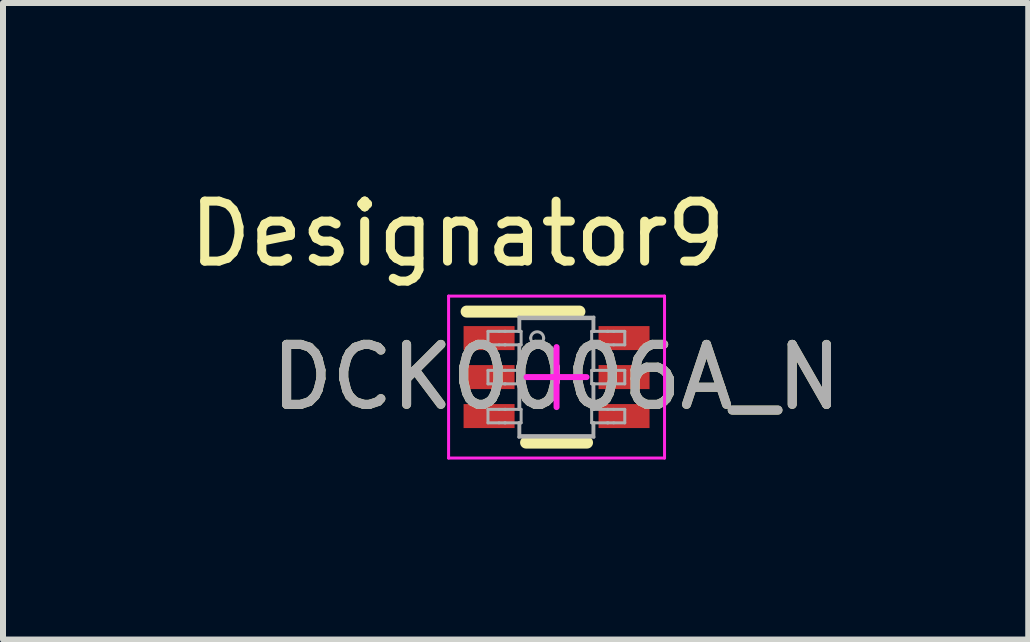
<source format=kicad_pcb>
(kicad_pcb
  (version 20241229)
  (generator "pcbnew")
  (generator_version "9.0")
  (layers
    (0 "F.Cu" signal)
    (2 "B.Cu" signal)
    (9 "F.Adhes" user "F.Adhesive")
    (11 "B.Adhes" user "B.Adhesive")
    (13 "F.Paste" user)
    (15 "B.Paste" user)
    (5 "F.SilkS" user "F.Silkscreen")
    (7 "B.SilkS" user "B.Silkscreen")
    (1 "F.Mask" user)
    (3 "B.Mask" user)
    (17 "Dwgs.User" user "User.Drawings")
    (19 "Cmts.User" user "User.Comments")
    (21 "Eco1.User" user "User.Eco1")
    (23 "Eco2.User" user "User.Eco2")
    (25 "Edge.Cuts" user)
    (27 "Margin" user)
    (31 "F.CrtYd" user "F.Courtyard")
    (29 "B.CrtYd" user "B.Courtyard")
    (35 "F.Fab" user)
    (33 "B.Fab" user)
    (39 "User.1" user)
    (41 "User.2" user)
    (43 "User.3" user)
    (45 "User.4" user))
  (footprint "DCK0006A_N"
    (layer "F.Cu")
    (at 6.228 3.236)
    (property "Reference" "DCK0006A_N" (at 0 0 0) (unlocked yes) (layer "F.SilkS") (effects (font (size 1 1) (thickness 0.15))))
    (attr smd)
    (fp_line (start -1.499 -1.092) (end 0.381 -1.092) (stroke (width 0.2) (type solid)) (layer "F.SilkS"))
    (fp_line (start -0.508 1.092) (end 0.508 1.092) (stroke (width 0.2) (type solid)) (layer "F.SilkS"))
    (fp_line (start -1.8 -1.35) (end 1.8 -1.35) (stroke (width 0.05) (type solid)) (layer "F.CrtYd"))
    (fp_line (start -1.8 1.35) (end -1.8 -1.35) (stroke (width 0.05) (type solid)) (layer "F.CrtYd"))
    (fp_line (start -1.8 1.35) (end 1.8 1.35) (stroke (width 0.05) (type solid)) (layer "F.CrtYd"))
    (fp_line (start -0.5 0) (end 0.5 0) (stroke (width 0.1) (type solid)) (layer "F.CrtYd"))
    (fp_line (start -0.000003 0.5) (end -0.000003 -0.5) (stroke (width 0.1) (type solid)) (layer "F.CrtYd"))
    (fp_line (start 1.8 1.35) (end 1.8 -1.35) (stroke (width 0.05) (type solid)) (layer "F.CrtYd"))
    (fp_line (start -1.143 -0.762) (end -0.959 -0.762) (stroke (width 0.05) (type solid)) (layer "F.Fab"))
    (fp_line (start -1.143 -0.537) (end -1.143 -0.762) (stroke (width 0.05) (type solid)) (layer "F.Fab"))
    (fp_line (start -1.143 -0.537) (end -0.959 -0.537) (stroke (width 0.05) (type solid)) (layer "F.Fab"))
    (fp_line (start -1.143 -0.112) (end -0.959 -0.112) (stroke (width 0.05) (type solid)) (layer "F.Fab"))
    (fp_line (start -1.143 0.113) (end -1.143 -0.112) (stroke (width 0.05) (type solid)) (layer "F.Fab"))
    (fp_line (start -1.143 0.113) (end -0.959 0.113) (stroke (width 0.05) (type solid)) (layer "F.Fab"))
    (fp_line (start -1.143 0.538) (end -0.959 0.538) (stroke (width 0.05) (type solid)) (layer "F.Fab"))
    (fp_line (start -1.143 0.763) (end -1.143 0.538) (stroke (width 0.05) (type solid)) (layer "F.Fab"))
    (fp_line (start -1.143 0.763) (end -0.959 0.763) (stroke (width 0.05) (type solid)) (layer "F.Fab"))
    (fp_line (start -0.959 -0.762) (end -0.865 -0.762) (stroke (width 0.05) (type solid)) (layer "F.Fab"))
    (fp_line (start -0.959 -0.537) (end -0.865 -0.537) (stroke (width 0.05) (type solid)) (layer "F.Fab"))
    (fp_line (start -0.959 -0.112) (end -0.865 -0.112) (stroke (width 0.05) (type solid)) (layer "F.Fab"))
    (fp_line (start -0.959 0.113) (end -0.865 0.113) (stroke (width 0.05) (type solid)) (layer "F.Fab"))
    (fp_line (start -0.959 0.538) (end -0.865 0.538) (stroke (width 0.05) (type solid)) (layer "F.Fab"))
    (fp_line (start -0.959 0.763) (end -0.865 0.763) (stroke (width 0.05) (type solid)) (layer "F.Fab"))
    (fp_line (start -0.865 -0.762) (end -0.853 -0.762) (stroke (width 0.05) (type solid)) (layer "F.Fab"))
    (fp_line (start -0.865 -0.537) (end -0.853 -0.537) (stroke (width 0.05) (type solid)) (layer "F.Fab"))
    (fp_line (start -0.865 -0.112) (end -0.853 -0.112) (stroke (width 0.05) (type solid)) (layer "F.Fab"))
    (fp_line (start -0.865 0.113) (end -0.853 0.113) (stroke (width 0.05) (type solid)) (layer "F.Fab"))
    (fp_line (start -0.865 0.538) (end -0.853 0.538) (stroke (width 0.05) (type solid)) (layer "F.Fab"))
    (fp_line (start -0.865 0.763) (end -0.853 0.763) (stroke (width 0.05) (type solid)) (layer "F.Fab"))
    (fp_line (start -0.853 -0.762) (end -0.628 -0.762) (stroke (width 0.05) (type solid)) (layer "F.Fab"))
    (fp_line (start -0.853 -0.537) (end -0.628 -0.537) (stroke (width 0.05) (type solid)) (layer "F.Fab"))
    (fp_line (start -0.853 -0.112) (end -0.628 -0.112) (stroke (width 0.05) (type solid)) (layer "F.Fab"))
    (fp_line (start -0.853 0.113) (end -0.628 0.113) (stroke (width 0.05) (type solid)) (layer "F.Fab"))
    (fp_line (start -0.853 0.538) (end -0.628 0.538) (stroke (width 0.05) (type solid)) (layer "F.Fab"))
    (fp_line (start -0.853 0.763) (end -0.628 0.763) (stroke (width 0.05) (type solid)) (layer "F.Fab"))
    (fp_line (start -0.628 -0.999) (end 0.622 -0.999) (stroke (width 0.05) (type solid)) (layer "F.Fab"))
    (fp_line (start -0.628 -0.762) (end -0.628 -0.999) (stroke (width 0.05) (type solid)) (layer "F.Fab"))
    (fp_line (start -0.628 -0.762) (end -0.591 -0.762) (stroke (width 0.05) (type solid)) (layer "F.Fab"))
    (fp_line (start -0.628 -0.537) (end -0.591 -0.537) (stroke (width 0.05) (type solid)) (layer "F.Fab"))
    (fp_line (start -0.628 -0.112) (end -0.628 -0.537) (stroke (width 0.05) (type solid)) (layer "F.Fab"))
    (fp_line (start -0.628 -0.112) (end -0.591 -0.112) (stroke (width 0.05) (type solid)) (layer "F.Fab"))
    (fp_line (start -0.628 0.113) (end -0.591 0.113) (stroke (width 0.05) (type solid)) (layer "F.Fab"))
    (fp_line (start -0.628 0.538) (end -0.628 0.113) (stroke (width 0.05) (type solid)) (layer "F.Fab"))
    (fp_line (start -0.628 0.538) (end -0.591 0.538) (stroke (width 0.05) (type solid)) (layer "F.Fab"))
    (fp_line (start -0.628 0.763) (end -0.591 0.763) (stroke (width 0.05) (type solid)) (layer "F.Fab"))
    (fp_line (start -0.628 1.001) (end -0.628 0.763) (stroke (width 0.05) (type solid)) (layer "F.Fab"))
    (fp_line (start -0.628 1.001) (end 0.622 1.001) (stroke (width 0.05) (type solid)) (layer "F.Fab"))
    (fp_line (start -0.613 -0.974) (end 0.607 -0.974) (stroke (width 0.05) (type solid)) (layer "F.Fab"))
    (fp_line (start -0.613 -0.762) (end -0.613 -0.974) (stroke (width 0.05) (type solid)) (layer "F.Fab"))
    (fp_line (start -0.613 -0.112) (end -0.613 -0.537) (stroke (width 0.05) (type solid)) (layer "F.Fab"))
    (fp_line (start -0.613 0.538) (end -0.613 0.113) (stroke (width 0.05) (type solid)) (layer "F.Fab"))
    (fp_line (start -0.613 0.976) (end -0.613 0.763) (stroke (width 0.05) (type solid)) (layer "F.Fab"))
    (fp_line (start -0.613 0.976) (end 0.607 0.976) (stroke (width 0.05) (type solid)) (layer "F.Fab"))
    (fp_line (start -0.591 -0.537) (end -0.591 -0.762) (stroke (width 0.05) (type solid)) (layer "F.Fab"))
    (fp_line (start -0.591 0.113) (end -0.591 -0.112) (stroke (width 0.05) (type solid)) (layer "F.Fab"))
    (fp_line (start -0.591 0.763) (end -0.591 0.538) (stroke (width 0.05) (type solid)) (layer "F.Fab"))
    (fp_line (start 0.585 -0.762) (end 0.622 -0.762) (stroke (width 0.05) (type solid)) (layer "F.Fab"))
    (fp_line (start 0.585 -0.537) (end 0.585 -0.762) (stroke (width 0.05) (type solid)) (layer "F.Fab"))
    (fp_line (start 0.585 -0.537) (end 0.622 -0.537) (stroke (width 0.05) (type solid)) (layer "F.Fab"))
    (fp_line (start 0.585 -0.112) (end 0.622 -0.112) (stroke (width 0.05) (type solid)) (layer "F.Fab"))
    (fp_line (start 0.585 0.113) (end 0.585 -0.112) (stroke (width 0.05) (type solid)) (layer "F.Fab"))
    (fp_line (start 0.585 0.113) (end 0.622 0.113) (stroke (width 0.05) (type solid)) (layer "F.Fab"))
    (fp_line (start 0.585 0.538) (end 0.622 0.538) (stroke (width 0.05) (type solid)) (layer "F.Fab"))
    (fp_line (start 0.585 0.763) (end 0.585 0.538) (stroke (width 0.05) (type solid)) (layer "F.Fab"))
    (fp_line (start 0.585 0.763) (end 0.622 0.763) (stroke (width 0.05) (type solid)) (layer "F.Fab"))
    (fp_line (start 0.607 -0.762) (end 0.607 -0.974) (stroke (width 0.05) (type solid)) (layer "F.Fab"))
    (fp_line (start 0.607 -0.112) (end 0.607 -0.537) (stroke (width 0.05) (type solid)) (layer "F.Fab"))
    (fp_line (start 0.607 0.538) (end 0.607 0.113) (stroke (width 0.05) (type solid)) (layer "F.Fab"))
    (fp_line (start 0.607 0.976) (end 0.607 0.763) (stroke (width 0.05) (type solid)) (layer "F.Fab"))
    (fp_line (start 0.622 -0.762) (end 0.622 -0.999) (stroke (width 0.05) (type solid)) (layer "F.Fab"))
    (fp_line (start 0.622 -0.762) (end 0.847 -0.762) (stroke (width 0.05) (type solid)) (layer "F.Fab"))
    (fp_line (start 0.622 -0.537) (end 0.847 -0.537) (stroke (width 0.05) (type solid)) (layer "F.Fab"))
    (fp_line (start 0.622 -0.112) (end 0.622 -0.537) (stroke (width 0.05) (type solid)) (layer "F.Fab"))
    (fp_line (start 0.622 -0.112) (end 0.847 -0.112) (stroke (width 0.05) (type solid)) (layer "F.Fab"))
    (fp_line (start 0.622 0.113) (end 0.847 0.113) (stroke (width 0.05) (type solid)) (layer "F.Fab"))
    (fp_line (start 0.622 0.538) (end 0.622 0.113) (stroke (width 0.05) (type solid)) (layer "F.Fab"))
    (fp_line (start 0.622 0.538) (end 0.847 0.538) (stroke (width 0.05) (type solid)) (layer "F.Fab"))
    (fp_line (start 0.622 0.763) (end 0.847 0.763) (stroke (width 0.05) (type solid)) (layer "F.Fab"))
    (fp_line (start 0.622 1.001) (end 0.622 0.763) (stroke (width 0.05) (type solid)) (layer "F.Fab"))
    (fp_line (start 0.847 -0.762) (end 0.859 -0.762) (stroke (width 0.05) (type solid)) (layer "F.Fab"))
    (fp_line (start 0.847 -0.537) (end 0.859 -0.537) (stroke (width 0.05) (type solid)) (layer "F.Fab"))
    (fp_line (start 0.847 -0.112) (end 0.859 -0.112) (stroke (width 0.05) (type solid)) (layer "F.Fab"))
    (fp_line (start 0.847 0.113) (end 0.859 0.113) (stroke (width 0.05) (type solid)) (layer "F.Fab"))
    (fp_line (start 0.847 0.538) (end 0.859 0.538) (stroke (width 0.05) (type solid)) (layer "F.Fab"))
    (fp_line (start 0.847 0.763) (end 0.859 0.763) (stroke (width 0.05) (type solid)) (layer "F.Fab"))
    (fp_line (start 0.859 -0.762) (end 0.953 -0.762) (stroke (width 0.05) (type solid)) (layer "F.Fab"))
    (fp_line (start 0.859 -0.537) (end 0.953 -0.537) (stroke (width 0.05) (type solid)) (layer "F.Fab"))
    (fp_line (start 0.859 -0.112) (end 0.953 -0.112) (stroke (width 0.05) (type solid)) (layer "F.Fab"))
    (fp_line (start 0.859 0.113) (end 0.953 0.113) (stroke (width 0.05) (type solid)) (layer "F.Fab"))
    (fp_line (start 0.859 0.538) (end 0.953 0.538) (stroke (width 0.05) (type solid)) (layer "F.Fab"))
    (fp_line (start 0.859 0.763) (end 0.953 0.763) (stroke (width 0.05) (type solid)) (layer "F.Fab"))
    (fp_line (start 0.953 -0.762) (end 1.137 -0.762) (stroke (width 0.05) (type solid)) (layer "F.Fab"))
    (fp_line (start 0.953 -0.537) (end 1.137 -0.537) (stroke (width 0.05) (type solid)) (layer "F.Fab"))
    (fp_line (start 0.953 -0.112) (end 1.137 -0.112) (stroke (width 0.05) (type solid)) (layer "F.Fab"))
    (fp_line (start 0.953 0.113) (end 1.137 0.113) (stroke (width 0.05) (type solid)) (layer "F.Fab"))
    (fp_line (start 0.953 0.538) (end 1.137 0.538) (stroke (width 0.05) (type solid)) (layer "F.Fab"))
    (fp_line (start 0.953 0.763) (end 1.137 0.763) (stroke (width 0.05) (type solid)) (layer "F.Fab"))
    (fp_line (start 1.137 -0.537) (end 1.137 -0.762) (stroke (width 0.05) (type solid)) (layer "F.Fab"))
    (fp_line (start 1.137 0.113) (end 1.137 -0.112) (stroke (width 0.05) (type solid)) (layer "F.Fab"))
    (fp_line (start 1.137 0.763) (end 1.137 0.538) (stroke (width 0.05) (type solid)) (layer "F.Fab"))
    (fp_arc (start -0.431546 -0.650138) (mid -0.323177 -0.758507) (end -0.214808 -0.650138) (stroke (width 0.05) (type solid)) (layer "F.Fab"))
    (fp_arc (start -0.214808 -0.650138) (mid -0.323177 -0.541769) (end -0.431546 -0.650138) (stroke (width 0.05) (type solid)) (layer "F.Fab"))
    (fp_text user "Designator9" (at -1.651 -2.388 0) (unlocked yes) (layer "F.SilkS") (effects (font (size 1 1) (thickness 0.15))))
    (fp_text user "${REFERENCE}" (at 0 0 0) (unlocked yes) (layer "F.Fab") (effects (font (size 1 1) (thickness 0.15))))
    (pad "1" smd rect (at -1.125 -0.65 90) (size 0.4 0.85) (layers "F.Cu" "F.Mask" "F.Paste"))
    (pad "2" smd rect (at -1.125 0 90) (size 0.4 0.85) (layers "F.Cu" "F.Mask" "F.Paste"))
    (pad "3" smd rect (at -1.125 0.65 90) (size 0.4 0.85) (layers "F.Cu" "F.Mask" "F.Paste"))
    (pad "4" smd rect (at 1.125 0.65 90) (size 0.4 0.85) (layers "F.Cu" "F.Mask" "F.Paste"))
    (pad "5" smd rect (at 1.125 0 90) (size 0.4 0.85) (layers "F.Cu" "F.Mask" "F.Paste"))
    (pad "6" smd rect (at 1.125 -0.65 90) (size 0.4 0.85) (layers "F.Cu" "F.Mask" "F.Paste")))
  (gr_rect
    (start -3 -3)
    (end 14.091 7.611)
    (stroke (width 0.1) (type default))
    (fill no)
    (layer "Edge.Cuts")))
</source>
